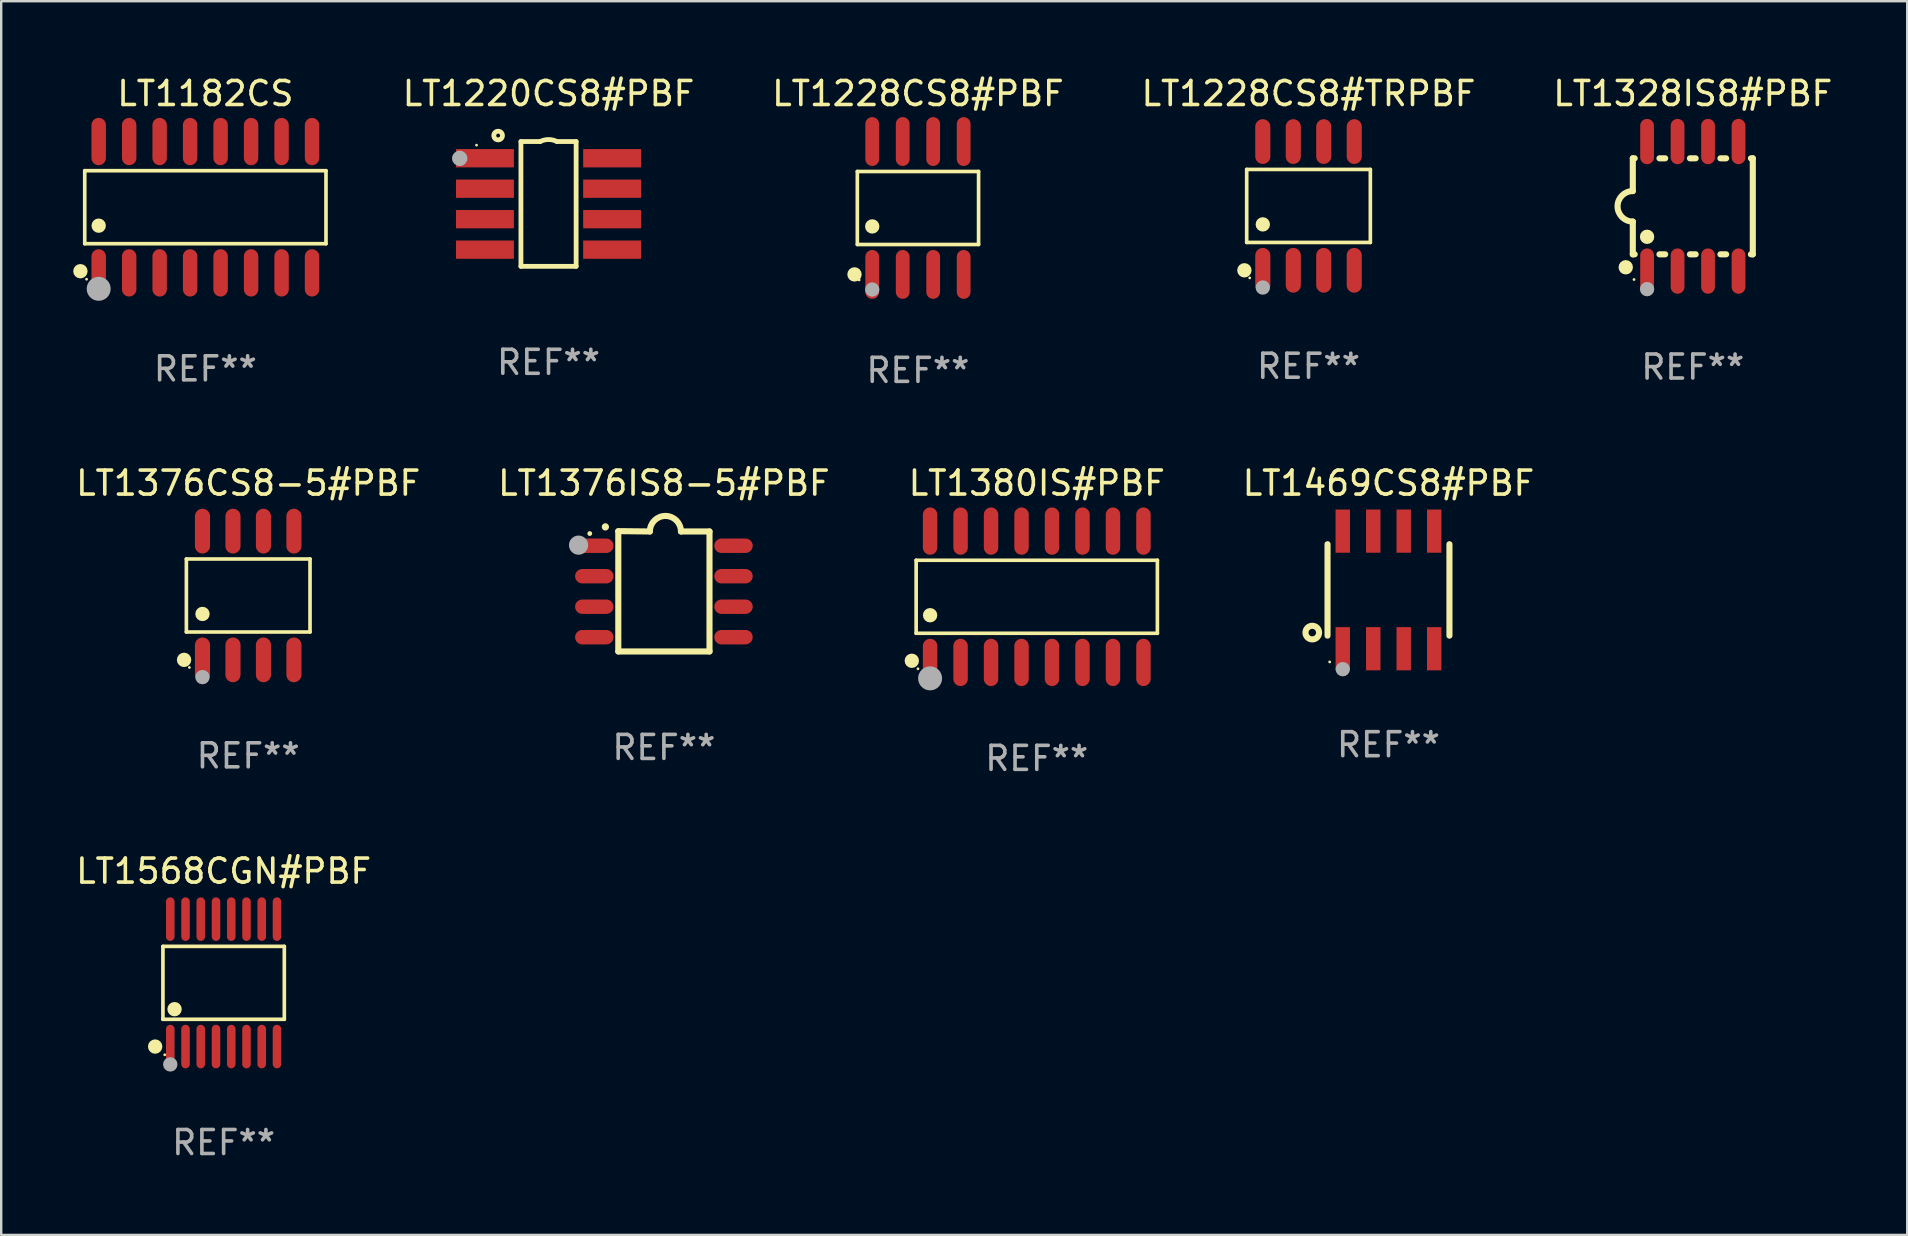
<source format=kicad_pcb>
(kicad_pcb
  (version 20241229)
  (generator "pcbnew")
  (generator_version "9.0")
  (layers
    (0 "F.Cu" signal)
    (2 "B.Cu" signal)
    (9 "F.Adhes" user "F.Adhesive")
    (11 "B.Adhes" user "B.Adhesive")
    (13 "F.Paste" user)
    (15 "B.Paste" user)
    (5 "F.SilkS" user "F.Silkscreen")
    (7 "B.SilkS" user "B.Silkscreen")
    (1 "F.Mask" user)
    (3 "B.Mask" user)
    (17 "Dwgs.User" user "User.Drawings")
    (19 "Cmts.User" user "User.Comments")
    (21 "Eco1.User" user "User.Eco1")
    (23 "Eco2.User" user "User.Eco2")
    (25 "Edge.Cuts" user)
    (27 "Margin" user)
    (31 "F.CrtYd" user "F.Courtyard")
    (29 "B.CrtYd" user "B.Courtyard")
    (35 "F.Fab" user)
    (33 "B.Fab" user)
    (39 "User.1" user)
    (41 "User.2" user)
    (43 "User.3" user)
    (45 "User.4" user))
  (footprint "LT1376IS8-5#PBF"
    (layer "F.Cu")
    (at 24.613 21.588)
    (property "Reference" "LT1376IS8-5#PBF" (at 0 -4.507 0) (layer "F.SilkS") (effects (font (size 1 1) (thickness 0.15))))
    (attr through_hole)
    (fp_line (start -1.905 -2.507) (end -0.584 -2.493) (stroke (width 0.254) (type solid)) (layer "F.SilkS"))
    (fp_line (start -1.9 2.507) (end -1.9 -2.493) (stroke (width 0.254) (type solid)) (layer "F.SilkS"))
    (fp_line (start -1.9 2.507) (end 1.9 2.507) (stroke (width 0.254) (type solid)) (layer "F.SilkS"))
    (fp_line (start 1.9 -2.493) (end 0.711 -2.493) (stroke (width 0.254) (type solid)) (layer "F.SilkS"))
    (fp_line (start 1.9 2.507) (end 1.9 -2.493) (stroke (width 0.254) (type solid)) (layer "F.SilkS"))
    (fp_arc (start -2.438532 -2.682563) (mid -2.438537 -2.683833) (end -2.438532 -2.685103) (stroke (width 0.3) (type solid)) (layer "F.SilkS"))
    (fp_arc (start -0.584328 -2.492064) (mid 0.063057 -3.139764) (end 0.711074 -2.492697) (stroke (width 0.254001) (type solid)) (layer "F.SilkS"))
    (fp_circle (center -3.089 -2.406) (end -3.039 -2.406) (stroke (width 0.1) (type solid)) (fill no) (layer "F.SilkS"))
    (fp_circle (center -3.556 -1.923) (end -3.356 -1.923) (stroke (width 0.4) (type solid)) (fill no) (layer "F.Fab"))
    (fp_text user "REF**" (at 0 6.507 0) (layer "F.Fab") (effects (font (size 1 1) (thickness 0.15))))
    (pad "1" smd oval (at -2.9 -1.898 90) (size 0.6 1.6) (layers "F.Cu" "F.Mask" "F.Paste"))
    (pad "2" smd oval (at -2.9 -0.628 90) (size 0.6 1.6) (layers "F.Cu" "F.Mask" "F.Paste"))
    (pad "3" smd oval (at -2.9 0.642 90) (size 0.6 1.6) (layers "F.Cu" "F.Mask" "F.Paste"))
    (pad "4" smd oval (at -2.9 1.912 90) (size 0.6 1.6) (layers "F.Cu" "F.Mask" "F.Paste"))
    (pad "5" smd oval (at 2.9 1.912 90) (size 0.6 1.6) (layers "F.Cu" "F.Mask" "F.Paste"))
    (pad "6" smd oval (at 2.9 0.642 90) (size 0.6 1.6) (layers "F.Cu" "F.Mask" "F.Paste"))
    (pad "7" smd oval (at 2.9 -0.628 90) (size 0.6 1.6) (layers "F.Cu" "F.Mask" "F.Paste"))
    (pad "8" smd oval (at 2.9 -1.898 90) (size 0.6 1.6) (layers "F.Cu" "F.Mask" "F.Paste")))
  (footprint "LT1568CGN#PBF"
    (layer "F.Cu")
    (at 6.268 37.903)
    (property "Reference" "LT1568CGN#PBF" (at 0 -4.655 0) (layer "F.SilkS") (effects (font (size 1 1) (thickness 0.15))))
    (attr through_hole)
    (fp_line (start -2.529 -1.519) (end 2.529 -1.519) (stroke (width 0.152) (type solid)) (layer "F.SilkS"))
    (fp_line (start -2.529 1.519) (end -2.529 -1.519) (stroke (width 0.152) (type solid)) (layer "F.SilkS"))
    (fp_line (start 2.529 -1.519) (end 2.529 1.519) (stroke (width 0.152) (type solid)) (layer "F.SilkS"))
    (fp_line (start 2.529 1.519) (end -2.529 1.519) (stroke (width 0.152) (type solid)) (layer "F.SilkS"))
    (fp_circle (center -2.853 2.655) (end -2.703 2.655) (stroke (width 0.3) (type solid)) (fill no) (layer "F.SilkS"))
    (fp_circle (center -2.453 2.998) (end -2.423 2.998) (stroke (width 0.06) (type solid)) (fill no) (layer "F.SilkS"))
    (fp_circle (center -2.045 1.097) (end -1.895 1.097) (stroke (width 0.3) (type solid)) (fill no) (layer "F.SilkS"))
    (fp_circle (center -2.223 3.398) (end -2.072 3.398) (stroke (width 0.3) (type solid)) (fill no) (layer "F.Fab"))
    (fp_text user "REF**" (at 0 6.655 0) (layer "F.Fab") (effects (font (size 1 1) (thickness 0.15))))
    (pad "1" smd oval (at -2.223 2.655) (size 0.356 1.815) (layers "F.Cu" "F.Mask" "F.Paste"))
    (pad "2" smd oval (at -1.588 2.655) (size 0.356 1.815) (layers "F.Cu" "F.Mask" "F.Paste"))
    (pad "3" smd oval (at -0.953 2.655) (size 0.356 1.815) (layers "F.Cu" "F.Mask" "F.Paste"))
    (pad "4" smd oval (at -0.318 2.655) (size 0.356 1.815) (layers "F.Cu" "F.Mask" "F.Paste"))
    (pad "5" smd oval (at 0.318 2.655) (size 0.356 1.815) (layers "F.Cu" "F.Mask" "F.Paste"))
    (pad "6" smd oval (at 0.953 2.655) (size 0.356 1.815) (layers "F.Cu" "F.Mask" "F.Paste"))
    (pad "7" smd oval (at 1.588 2.655) (size 0.356 1.815) (layers "F.Cu" "F.Mask" "F.Paste"))
    (pad "8" smd oval (at 2.223 2.655) (size 0.356 1.815) (layers "F.Cu" "F.Mask" "F.Paste"))
    (pad "9" smd oval (at 2.223 -2.655) (size 0.356 1.815) (layers "F.Cu" "F.Mask" "F.Paste"))
    (pad "10" smd oval (at 1.588 -2.655) (size 0.356 1.815) (layers "F.Cu" "F.Mask" "F.Paste"))
    (pad "11" smd oval (at 0.953 -2.655) (size 0.356 1.815) (layers "F.Cu" "F.Mask" "F.Paste"))
    (pad "12" smd oval (at 0.318 -2.655) (size 0.356 1.815) (layers "F.Cu" "F.Mask" "F.Paste"))
    (pad "13" smd oval (at -0.318 -2.655) (size 0.356 1.815) (layers "F.Cu" "F.Mask" "F.Paste"))
    (pad "14" smd oval (at -0.953 -2.655) (size 0.356 1.815) (layers "F.Cu" "F.Mask" "F.Paste"))
    (pad "15" smd oval (at -1.588 -2.655) (size 0.356 1.815) (layers "F.Cu" "F.Mask" "F.Paste"))
    (pad "16" smd oval (at -2.223 -2.655) (size 0.356 1.815) (layers "F.Cu" "F.Mask" "F.Paste")))
  (footprint "LT1380IS#PBF"
    (layer "F.Cu")
    (at 40.15 21.816)
    (property "Reference" "LT1380IS#PBF" (at 0 -4.736 0) (layer "F.SilkS") (effects (font (size 1 1) (thickness 0.15))))
    (attr through_hole)
    (fp_line (start -5.026 -1.521) (end 5.026 -1.521) (stroke (width 0.152) (type solid)) (layer "F.SilkS"))
    (fp_line (start -5.026 1.521) (end -5.026 -1.521) (stroke (width 0.152) (type solid)) (layer "F.SilkS"))
    (fp_line (start 5.026 -1.521) (end 5.026 1.521) (stroke (width 0.152) (type solid)) (layer "F.SilkS"))
    (fp_line (start 5.026 1.521) (end -5.026 1.521) (stroke (width 0.152) (type solid)) (layer "F.SilkS"))
    (fp_circle (center -5.207 2.667) (end -5.057 2.667) (stroke (width 0.3) (type solid)) (fill no) (layer "F.SilkS"))
    (fp_circle (center -4.95 3) (end -4.92 3) (stroke (width 0.06) (type solid)) (fill no) (layer "F.SilkS"))
    (fp_circle (center -4.445 0.769) (end -4.295 0.769) (stroke (width 0.3) (type solid)) (fill no) (layer "F.SilkS"))
    (fp_circle (center -4.445 3.4) (end -4.195 3.4) (stroke (width 0.5) (type solid)) (fill no) (layer "F.Fab"))
    (fp_text user "REF**" (at 0 6.736 0) (layer "F.Fab") (effects (font (size 1 1) (thickness 0.15))))
    (pad "1" smd oval (at -4.445 2.736) (size 0.602 1.971) (layers "F.Cu" "F.Mask" "F.Paste"))
    (pad "2" smd oval (at -3.175 2.736) (size 0.602 1.971) (layers "F.Cu" "F.Mask" "F.Paste"))
    (pad "3" smd oval (at -1.905 2.736) (size 0.602 1.971) (layers "F.Cu" "F.Mask" "F.Paste"))
    (pad "4" smd oval (at -0.635 2.736) (size 0.602 1.971) (layers "F.Cu" "F.Mask" "F.Paste"))
    (pad "5" smd oval (at 0.635 2.736) (size 0.602 1.971) (layers "F.Cu" "F.Mask" "F.Paste"))
    (pad "6" smd oval (at 1.905 2.736) (size 0.602 1.971) (layers "F.Cu" "F.Mask" "F.Paste"))
    (pad "7" smd oval (at 3.175 2.736) (size 0.602 1.971) (layers "F.Cu" "F.Mask" "F.Paste"))
    (pad "8" smd oval (at 4.445 2.736) (size 0.602 1.971) (layers "F.Cu" "F.Mask" "F.Paste"))
    (pad "9" smd oval (at 4.445 -2.736) (size 0.602 1.971) (layers "F.Cu" "F.Mask" "F.Paste"))
    (pad "10" smd oval (at 3.175 -2.736) (size 0.602 1.971) (layers "F.Cu" "F.Mask" "F.Paste"))
    (pad "11" smd oval (at 1.905 -2.736) (size 0.602 1.971) (layers "F.Cu" "F.Mask" "F.Paste"))
    (pad "12" smd oval (at 0.635 -2.736) (size 0.602 1.971) (layers "F.Cu" "F.Mask" "F.Paste"))
    (pad "13" smd oval (at -0.635 -2.736) (size 0.602 1.971) (layers "F.Cu" "F.Mask" "F.Paste"))
    (pad "14" smd oval (at -1.905 -2.736) (size 0.602 1.971) (layers "F.Cu" "F.Mask" "F.Paste"))
    (pad "15" smd oval (at -3.175 -2.736) (size 0.602 1.971) (layers "F.Cu" "F.Mask" "F.Paste"))
    (pad "16" smd oval (at -4.445 -2.736) (size 0.602 1.971) (layers "F.Cu" "F.Mask" "F.Paste")))
  (footprint "LT1220CS8#PBF"
    (layer "F.Cu")
    (at 19.806 5.448)
    (property "Reference" "LT1220CS8#PBF" (at 0 -4.6 0) (layer "F.SilkS") (effects (font (size 1 1) (thickness 0.15))))
    (attr through_hole)
    (fp_line (start -1.15 -2.6) (end -1.15 2.6) (stroke (width 0.2) (type solid)) (layer "F.SilkS"))
    (fp_line (start -1.15 -2.6) (end -0.35 -2.6) (stroke (width 0.2) (type solid)) (layer "F.SilkS"))
    (fp_line (start -1.15 2.6) (end 1.15 2.6) (stroke (width 0.2) (type solid)) (layer "F.SilkS"))
    (fp_line (start 1.15 -2.6) (end 0.35 -2.6) (stroke (width 0.2) (type solid)) (layer "F.SilkS"))
    (fp_line (start 1.15 2.6) (end 1.15 -2.6) (stroke (width 0.2) (type solid)) (layer "F.SilkS"))
    (fp_arc (start -0.350013 -2.6) (mid 0.000139 -2.683322) (end 0.35052 -2.600965) (stroke (width 0.2) (type solid)) (layer "F.SilkS"))
    (fp_circle (center -3 -2.45) (end -2.97 -2.45) (stroke (width 0.06) (type solid)) (fill no) (layer "F.SilkS"))
    (fp_circle (center -2.1 -2.85) (end -1.92 -2.85) (stroke (width 0.2) (type solid)) (fill no) (layer "F.SilkS"))
    (fp_circle (center -3.7 -1.9) (end -3.54 -1.9) (stroke (width 0.32) (type solid)) (fill no) (layer "F.Fab"))
    (fp_text user "REF**" (at 0 6.6 0) (layer "F.Fab") (effects (font (size 1 1) (thickness 0.15))))
    (pad "1" smd rect (at -2.65 -1.905) (size 2.413 0.762) (layers "F.Cu" "F.Mask" "F.Paste"))
    (pad "2" smd rect (at -2.65 -0.635) (size 2.413 0.762) (layers "F.Cu" "F.Mask" "F.Paste"))
    (pad "3" smd rect (at -2.65 0.635) (size 2.413 0.762) (layers "F.Cu" "F.Mask" "F.Paste"))
    (pad "4" smd rect (at -2.65 1.905) (size 2.413 0.762) (layers "F.Cu" "F.Mask" "F.Paste"))
    (pad "5" smd rect (at 2.65 1.905) (size 2.413 0.762) (layers "F.Cu" "F.Mask" "F.Paste"))
    (pad "6" smd rect (at 2.65 0.635) (size 2.413 0.762) (layers "F.Cu" "F.Mask" "F.Paste"))
    (pad "7" smd rect (at 2.65 -0.635) (size 2.413 0.762) (layers "F.Cu" "F.Mask" "F.Paste"))
    (pad "8" smd rect (at 2.65 -1.905) (size 2.413 0.762) (layers "F.Cu" "F.Mask" "F.Paste")))
  (footprint "LT1328IS8#PBF"
    (layer "F.Cu")
    (at 67.485 5.547)
    (property "Reference" "LT1328IS8#PBF" (at 0 -4.699 0) (layer "F.SilkS") (effects (font (size 1 1) (thickness 0.15))))
    (attr through_hole)
    (fp_line (start -2.5 -2) (end -2.5 -0.635) (stroke (width 0.254) (type solid)) (layer "F.SilkS"))
    (fp_line (start -2.5 -2) (end -2.421 -2) (stroke (width 0.254) (type solid)) (layer "F.SilkS"))
    (fp_line (start -2.5 2) (end -2.5 0.635) (stroke (width 0.254) (type solid)) (layer "F.SilkS"))
    (fp_line (start -2.5 2) (end -2.421 2) (stroke (width 0.254) (type solid)) (layer "F.SilkS"))
    (fp_line (start -1.389 -2) (end -1.151 -2) (stroke (width 0.254) (type solid)) (layer "F.SilkS"))
    (fp_line (start -1.389 2) (end -1.151 2) (stroke (width 0.254) (type solid)) (layer "F.SilkS"))
    (fp_line (start -0.119 -2) (end 0.119 -2) (stroke (width 0.254) (type solid)) (layer "F.SilkS"))
    (fp_line (start -0.119 2) (end 0.119 2) (stroke (width 0.254) (type solid)) (layer "F.SilkS"))
    (fp_line (start 1.151 -2) (end 1.389 -2) (stroke (width 0.254) (type solid)) (layer "F.SilkS"))
    (fp_line (start 1.151 2) (end 1.389 2) (stroke (width 0.254) (type solid)) (layer "F.SilkS"))
    (fp_line (start 2.421 -2) (end 2.5 -2) (stroke (width 0.254) (type solid)) (layer "F.SilkS"))
    (fp_line (start 2.421 2) (end 2.5 2) (stroke (width 0.254) (type solid)) (layer "F.SilkS"))
    (fp_line (start 2.5 -2) (end 2.5 2) (stroke (width 0.254) (type solid)) (layer "F.SilkS"))
    (fp_arc (start -2.5 0.635001) (mid -3.134366 -0.000318) (end -2.499365 -0.635001) (stroke (width 0.254001) (type solid)) (layer "F.SilkS"))
    (fp_circle (center -2.794 2.54) (end -2.644 2.54) (stroke (width 0.3) (type solid)) (fill no) (layer "F.SilkS"))
    (fp_circle (center -2.45 3.05) (end -2.42 3.05) (stroke (width 0.06) (type solid)) (fill no) (layer "F.SilkS"))
    (fp_circle (center -1.905 1.27) (end -1.755 1.27) (stroke (width 0.3) (type solid)) (fill no) (layer "F.SilkS"))
    (fp_circle (center -1.905 3.45) (end -1.755 3.45) (stroke (width 0.3) (type solid)) (fill no) (layer "F.Fab"))
    (fp_text user "REF**" (at 0 6.699 0) (layer "F.Fab") (effects (font (size 1 1) (thickness 0.15))))
    (pad "1" smd oval (at -1.905 2.699) (size 0.574 1.888) (layers "F.Cu" "F.Mask" "F.Paste"))
    (pad "2" smd oval (at -0.635 2.699) (size 0.574 1.888) (layers "F.Cu" "F.Mask" "F.Paste"))
    (pad "3" smd oval (at 0.635 2.699) (size 0.574 1.888) (layers "F.Cu" "F.Mask" "F.Paste"))
    (pad "4" smd oval (at 1.905 2.699) (size 0.574 1.888) (layers "F.Cu" "F.Mask" "F.Paste"))
    (pad "5" smd oval (at 1.905 -2.699) (size 0.574 1.888) (layers "F.Cu" "F.Mask" "F.Paste"))
    (pad "6" smd oval (at 0.635 -2.699) (size 0.574 1.888) (layers "F.Cu" "F.Mask" "F.Paste"))
    (pad "7" smd oval (at -0.635 -2.699) (size 0.574 1.888) (layers "F.Cu" "F.Mask" "F.Paste"))
    (pad "8" smd oval (at -1.905 -2.699) (size 0.574 1.888) (layers "F.Cu" "F.Mask" "F.Paste")))
  (footprint "LT1469CS8#PBF"
    (layer "F.Cu")
    (at 54.805 21.531)
    (property "Reference" "LT1469CS8#PBF" (at 0 -4.45 0) (layer "F.SilkS") (effects (font (size 1 1) (thickness 0.15))))
    (attr through_hole)
    (fp_line (start -2.54 -1.905) (end -2.54 1.905) (stroke (width 0.254) (type solid)) (layer "F.SilkS"))
    (fp_line (start 2.54 -1.905) (end 2.54 1.905) (stroke (width 0.254) (type solid)) (layer "F.SilkS"))
    (fp_circle (center -3.175 1.778) (end -2.891 1.778) (stroke (width 0.254) (type solid)) (fill no) (layer "F.SilkS"))
    (fp_circle (center -2.45 3) (end -2.42 3) (stroke (width 0.06) (type solid)) (fill no) (layer "F.SilkS"))
    (fp_circle (center -1.905 3.302) (end -1.755 3.302) (stroke (width 0.3) (type solid)) (fill no) (layer "F.Fab"))
    (fp_text user "REF**" (at 0 6.45 0) (layer "F.Fab") (effects (font (size 1 1) (thickness 0.15))))
    (pad "1" smd rect (at -1.905 2.45) (size 0.6 1.8) (layers "F.Cu" "F.Mask" "F.Paste"))
    (pad "2" smd rect (at -0.635 2.45) (size 0.6 1.8) (layers "F.Cu" "F.Mask" "F.Paste"))
    (pad "3" smd rect (at 0.635 2.45) (size 0.6 1.8) (layers "F.Cu" "F.Mask" "F.Paste"))
    (pad "4" smd rect (at 1.905 2.45) (size 0.6 1.8) (layers "F.Cu" "F.Mask" "F.Paste"))
    (pad "5" smd rect (at 1.905 -2.45 180) (size 0.6 1.8) (layers "F.Cu" "F.Mask" "F.Paste"))
    (pad "6" smd rect (at 0.635 -2.45 180) (size 0.6 1.8) (layers "F.Cu" "F.Mask" "F.Paste"))
    (pad "7" smd rect (at -0.635 -2.45 180) (size 0.6 1.8) (layers "F.Cu" "F.Mask" "F.Paste"))
    (pad "8" smd rect (at -1.905 -2.45 180) (size 0.6 1.8) (layers "F.Cu" "F.Mask" "F.Paste")))
  (footprint "LT1182CS"
    (layer "F.Cu")
    (at 5.507 5.584)
    (property "Reference" "LT1182CS" (at 0 -4.736 0) (layer "F.SilkS") (effects (font (size 1 1) (thickness 0.15))))
    (attr through_hole)
    (fp_line (start -5.026 -1.521) (end 5.026 -1.521) (stroke (width 0.152) (type solid)) (layer "F.SilkS"))
    (fp_line (start -5.026 1.521) (end -5.026 -1.521) (stroke (width 0.152) (type solid)) (layer "F.SilkS"))
    (fp_line (start 5.026 -1.521) (end 5.026 1.521) (stroke (width 0.152) (type solid)) (layer "F.SilkS"))
    (fp_line (start 5.026 1.521) (end -5.026 1.521) (stroke (width 0.152) (type solid)) (layer "F.SilkS"))
    (fp_circle (center -5.207 2.667) (end -5.057 2.667) (stroke (width 0.3) (type solid)) (fill no) (layer "F.SilkS"))
    (fp_circle (center -4.95 3) (end -4.92 3) (stroke (width 0.06) (type solid)) (fill no) (layer "F.SilkS"))
    (fp_circle (center -4.445 0.769) (end -4.295 0.769) (stroke (width 0.3) (type solid)) (fill no) (layer "F.SilkS"))
    (fp_circle (center -4.445 3.4) (end -4.195 3.4) (stroke (width 0.5) (type solid)) (fill no) (layer "F.Fab"))
    (fp_text user "REF**" (at 0 6.736 0) (layer "F.Fab") (effects (font (size 1 1) (thickness 0.15))))
    (pad "1" smd oval (at -4.445 2.736) (size 0.602 1.971) (layers "F.Cu" "F.Mask" "F.Paste"))
    (pad "2" smd oval (at -3.175 2.736) (size 0.602 1.971) (layers "F.Cu" "F.Mask" "F.Paste"))
    (pad "3" smd oval (at -1.905 2.736) (size 0.602 1.971) (layers "F.Cu" "F.Mask" "F.Paste"))
    (pad "4" smd oval (at -0.635 2.736) (size 0.602 1.971) (layers "F.Cu" "F.Mask" "F.Paste"))
    (pad "5" smd oval (at 0.635 2.736) (size 0.602 1.971) (layers "F.Cu" "F.Mask" "F.Paste"))
    (pad "6" smd oval (at 1.905 2.736) (size 0.602 1.971) (layers "F.Cu" "F.Mask" "F.Paste"))
    (pad "7" smd oval (at 3.175 2.736) (size 0.602 1.971) (layers "F.Cu" "F.Mask" "F.Paste"))
    (pad "8" smd oval (at 4.445 2.736) (size 0.602 1.971) (layers "F.Cu" "F.Mask" "F.Paste"))
    (pad "9" smd oval (at 4.445 -2.736) (size 0.602 1.971) (layers "F.Cu" "F.Mask" "F.Paste"))
    (pad "10" smd oval (at 3.175 -2.736) (size 0.602 1.971) (layers "F.Cu" "F.Mask" "F.Paste"))
    (pad "11" smd oval (at 1.905 -2.736) (size 0.602 1.971) (layers "F.Cu" "F.Mask" "F.Paste"))
    (pad "12" smd oval (at 0.635 -2.736) (size 0.602 1.971) (layers "F.Cu" "F.Mask" "F.Paste"))
    (pad "13" smd oval (at -0.635 -2.736) (size 0.602 1.971) (layers "F.Cu" "F.Mask" "F.Paste"))
    (pad "14" smd oval (at -1.905 -2.736) (size 0.602 1.971) (layers "F.Cu" "F.Mask" "F.Paste"))
    (pad "15" smd oval (at -3.175 -2.736) (size 0.602 1.971) (layers "F.Cu" "F.Mask" "F.Paste"))
    (pad "16" smd oval (at -4.445 -2.736) (size 0.602 1.971) (layers "F.Cu" "F.Mask" "F.Paste")))
  (footprint "LT1228CS8#TRPBF"
    (layer "F.Cu")
    (at 51.473 5.531)
    (property "Reference" "LT1228CS8#TRPBF" (at 0 -4.682 0) (layer "F.SilkS") (effects (font (size 1 1) (thickness 0.15))))
    (attr through_hole)
    (fp_line (start -2.576 -1.521) (end 2.576 -1.521) (stroke (width 0.152) (type solid)) (layer "F.SilkS"))
    (fp_line (start -2.576 1.521) (end -2.576 -1.521) (stroke (width 0.152) (type solid)) (layer "F.SilkS"))
    (fp_line (start 2.576 -1.521) (end 2.576 1.521) (stroke (width 0.152) (type solid)) (layer "F.SilkS"))
    (fp_line (start 2.576 1.521) (end -2.576 1.521) (stroke (width 0.152) (type solid)) (layer "F.SilkS"))
    (fp_circle (center -2.672 2.682) (end -2.522 2.682) (stroke (width 0.3) (type solid)) (fill no) (layer "F.SilkS"))
    (fp_circle (center -2.45 3) (end -2.42 3) (stroke (width 0.06) (type solid)) (fill no) (layer "F.SilkS"))
    (fp_circle (center -1.905 0.769) (end -1.755 0.769) (stroke (width 0.3) (type solid)) (fill no) (layer "F.SilkS"))
    (fp_circle (center -1.905 3.4) (end -1.755 3.4) (stroke (width 0.3) (type solid)) (fill no) (layer "F.Fab"))
    (fp_text user "REF**" (at 0 6.682 0) (layer "F.Fab") (effects (font (size 1 1) (thickness 0.15))))
    (pad "1" smd oval (at -1.905 2.682) (size 0.63 1.865) (layers "F.Cu" "F.Mask" "F.Paste"))
    (pad "2" smd oval (at -0.635 2.682) (size 0.63 1.865) (layers "F.Cu" "F.Mask" "F.Paste"))
    (pad "3" smd oval (at 0.635 2.682) (size 0.63 1.865) (layers "F.Cu" "F.Mask" "F.Paste"))
    (pad "4" smd oval (at 1.905 2.682) (size 0.63 1.865) (layers "F.Cu" "F.Mask" "F.Paste"))
    (pad "5" smd oval (at 1.905 -2.682) (size 0.63 1.865) (layers "F.Cu" "F.Mask" "F.Paste"))
    (pad "6" smd oval (at 0.635 -2.682) (size 0.63 1.865) (layers "F.Cu" "F.Mask" "F.Paste"))
    (pad "7" smd oval (at -0.635 -2.682) (size 0.63 1.865) (layers "F.Cu" "F.Mask" "F.Paste"))
    (pad "8" smd oval (at -1.905 -2.682) (size 0.63 1.865) (layers "F.Cu" "F.Mask" "F.Paste")))
  (footprint "LT1228CS8#PBF"
    (layer "F.Cu")
    (at 35.199 5.616)
    (property "Reference" "LT1228CS8#PBF" (at 0 -4.768 0) (layer "F.SilkS") (effects (font (size 1 1) (thickness 0.15))))
    (attr through_hole)
    (fp_line (start -2.526 -1.521) (end 2.526 -1.521) (stroke (width 0.152) (type solid)) (layer "F.SilkS"))
    (fp_line (start -2.526 1.521) (end -2.526 -1.521) (stroke (width 0.152) (type solid)) (layer "F.SilkS"))
    (fp_line (start 2.526 -1.521) (end 2.526 1.521) (stroke (width 0.152) (type solid)) (layer "F.SilkS"))
    (fp_line (start 2.526 1.521) (end -2.526 1.521) (stroke (width 0.152) (type solid)) (layer "F.SilkS"))
    (fp_circle (center -2.644 2.768) (end -2.494 2.768) (stroke (width 0.3) (type solid)) (fill no) (layer "F.SilkS"))
    (fp_circle (center -2.45 2.998) (end -2.42 2.998) (stroke (width 0.06) (type solid)) (fill no) (layer "F.SilkS"))
    (fp_circle (center -1.905 0.769) (end -1.755 0.769) (stroke (width 0.3) (type solid)) (fill no) (layer "F.SilkS"))
    (fp_circle (center -1.905 3.398) (end -1.755 3.398) (stroke (width 0.3) (type solid)) (fill no) (layer "F.Fab"))
    (fp_text user "REF**" (at 0 6.768 0) (layer "F.Fab") (effects (font (size 1 1) (thickness 0.15))))
    (pad "1" smd oval (at -1.905 2.768) (size 0.574 2.036) (layers "F.Cu" "F.Mask" "F.Paste"))
    (pad "2" smd oval (at -0.635 2.768) (size 0.574 2.036) (layers "F.Cu" "F.Mask" "F.Paste"))
    (pad "3" smd oval (at 0.635 2.768) (size 0.574 2.036) (layers "F.Cu" "F.Mask" "F.Paste"))
    (pad "4" smd oval (at 1.905 2.768) (size 0.574 2.036) (layers "F.Cu" "F.Mask" "F.Paste"))
    (pad "5" smd oval (at 1.905 -2.768) (size 0.574 2.036) (layers "F.Cu" "F.Mask" "F.Paste"))
    (pad "6" smd oval (at 0.635 -2.768) (size 0.574 2.036) (layers "F.Cu" "F.Mask" "F.Paste"))
    (pad "7" smd oval (at -0.635 -2.768) (size 0.574 2.036) (layers "F.Cu" "F.Mask" "F.Paste"))
    (pad "8" smd oval (at -1.905 -2.768) (size 0.574 2.036) (layers "F.Cu" "F.Mask" "F.Paste")))
  (footprint "LT1376CS8-5#PBF"
    (layer "F.Cu")
    (at 7.292 21.763)
    (property "Reference" "LT1376CS8-5#PBF" (at 0 -4.682 0) (layer "F.SilkS") (effects (font (size 1 1) (thickness 0.15))))
    (attr through_hole)
    (fp_line (start -2.576 -1.521) (end 2.576 -1.521) (stroke (width 0.152) (type solid)) (layer "F.SilkS"))
    (fp_line (start -2.576 1.521) (end -2.576 -1.521) (stroke (width 0.152) (type solid)) (layer "F.SilkS"))
    (fp_line (start 2.576 -1.521) (end 2.576 1.521) (stroke (width 0.152) (type solid)) (layer "F.SilkS"))
    (fp_line (start 2.576 1.521) (end -2.576 1.521) (stroke (width 0.152) (type solid)) (layer "F.SilkS"))
    (fp_circle (center -2.672 2.682) (end -2.522 2.682) (stroke (width 0.3) (type solid)) (fill no) (layer "F.SilkS"))
    (fp_circle (center -2.45 3) (end -2.42 3) (stroke (width 0.06) (type solid)) (fill no) (layer "F.SilkS"))
    (fp_circle (center -1.905 0.769) (end -1.755 0.769) (stroke (width 0.3) (type solid)) (fill no) (layer "F.SilkS"))
    (fp_circle (center -1.905 3.4) (end -1.755 3.4) (stroke (width 0.3) (type solid)) (fill no) (layer "F.Fab"))
    (fp_text user "REF**" (at 0 6.682 0) (layer "F.Fab") (effects (font (size 1 1) (thickness 0.15))))
    (pad "1" smd oval (at -1.905 2.682) (size 0.63 1.865) (layers "F.Cu" "F.Mask" "F.Paste"))
    (pad "2" smd oval (at -0.635 2.682) (size 0.63 1.865) (layers "F.Cu" "F.Mask" "F.Paste"))
    (pad "3" smd oval (at 0.635 2.682) (size 0.63 1.865) (layers "F.Cu" "F.Mask" "F.Paste"))
    (pad "4" smd oval (at 1.905 2.682) (size 0.63 1.865) (layers "F.Cu" "F.Mask" "F.Paste"))
    (pad "5" smd oval (at 1.905 -2.682) (size 0.63 1.865) (layers "F.Cu" "F.Mask" "F.Paste"))
    (pad "6" smd oval (at 0.635 -2.682) (size 0.63 1.865) (layers "F.Cu" "F.Mask" "F.Paste"))
    (pad "7" smd oval (at -0.635 -2.682) (size 0.63 1.865) (layers "F.Cu" "F.Mask" "F.Paste"))
    (pad "8" smd oval (at -1.905 -2.682) (size 0.63 1.865) (layers "F.Cu" "F.Mask" "F.Paste")))
  (gr_rect
    (start -3 -3)
    (end 76.419 48.406)
    (stroke (width 0.1) (type default))
    (fill no)
    (layer "Edge.Cuts")))
</source>
